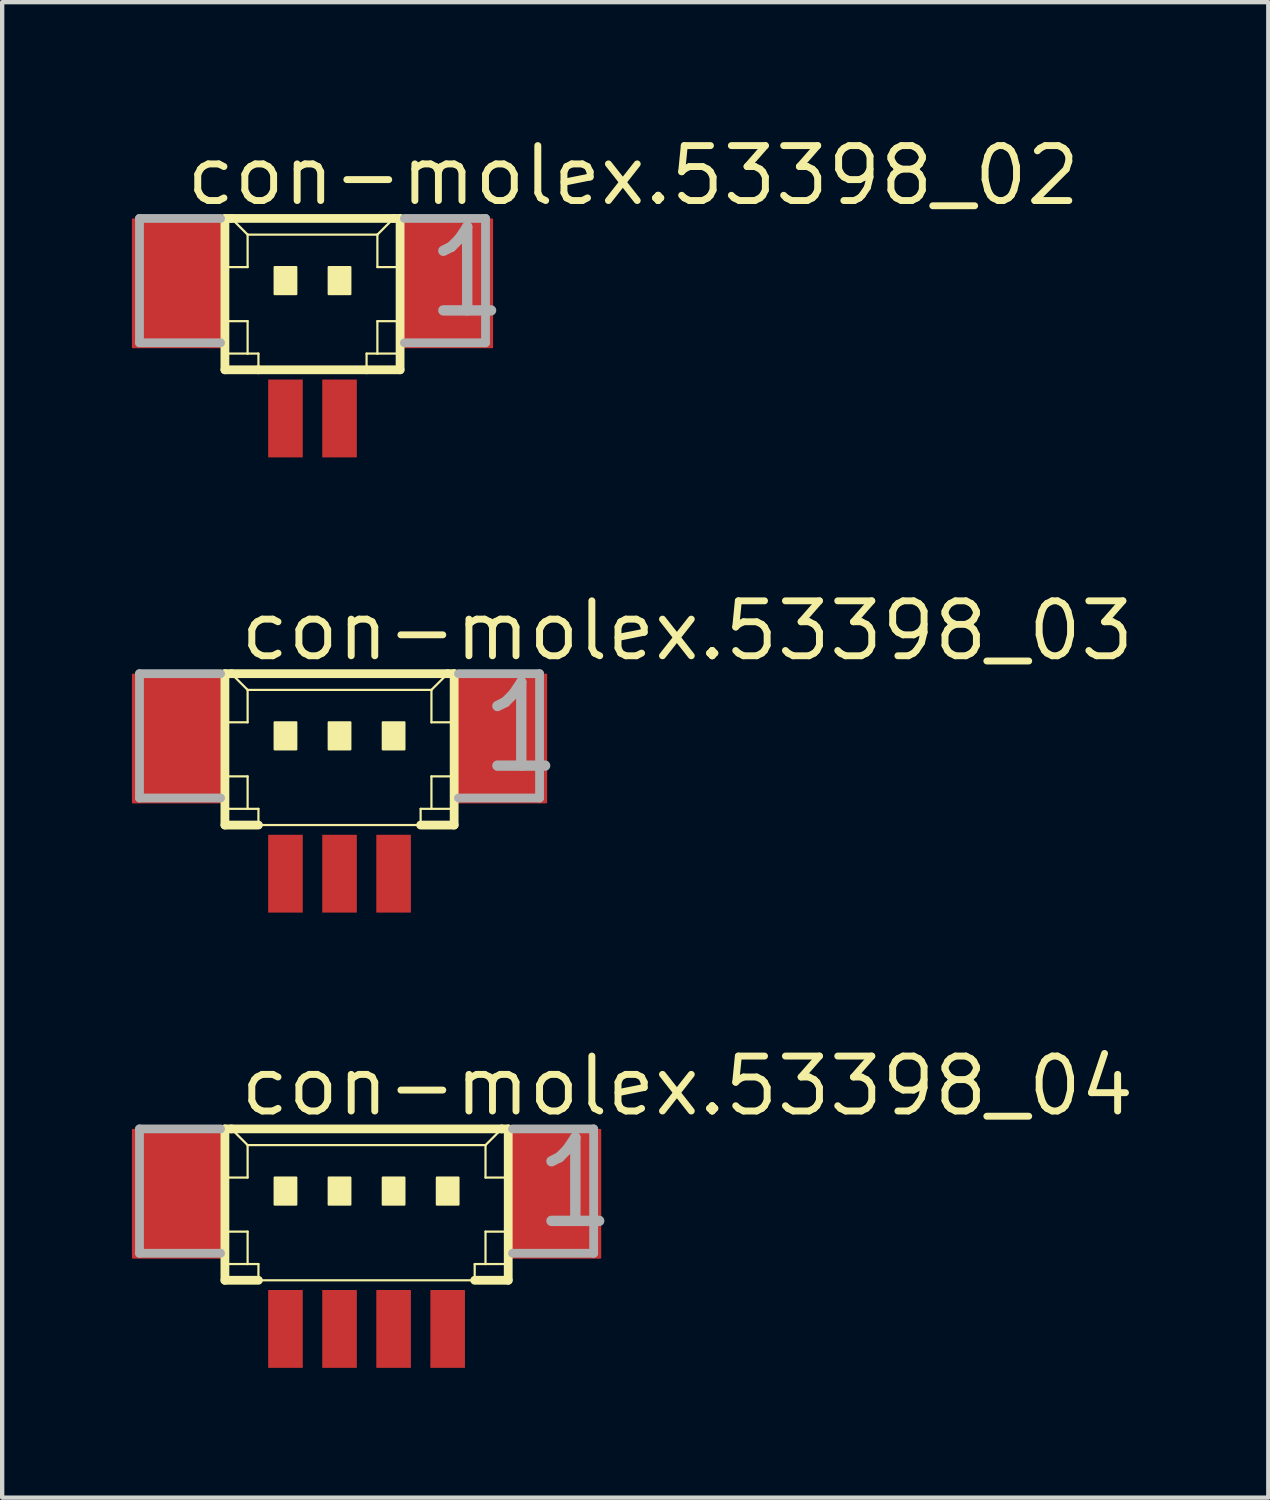
<source format=kicad_pcb>
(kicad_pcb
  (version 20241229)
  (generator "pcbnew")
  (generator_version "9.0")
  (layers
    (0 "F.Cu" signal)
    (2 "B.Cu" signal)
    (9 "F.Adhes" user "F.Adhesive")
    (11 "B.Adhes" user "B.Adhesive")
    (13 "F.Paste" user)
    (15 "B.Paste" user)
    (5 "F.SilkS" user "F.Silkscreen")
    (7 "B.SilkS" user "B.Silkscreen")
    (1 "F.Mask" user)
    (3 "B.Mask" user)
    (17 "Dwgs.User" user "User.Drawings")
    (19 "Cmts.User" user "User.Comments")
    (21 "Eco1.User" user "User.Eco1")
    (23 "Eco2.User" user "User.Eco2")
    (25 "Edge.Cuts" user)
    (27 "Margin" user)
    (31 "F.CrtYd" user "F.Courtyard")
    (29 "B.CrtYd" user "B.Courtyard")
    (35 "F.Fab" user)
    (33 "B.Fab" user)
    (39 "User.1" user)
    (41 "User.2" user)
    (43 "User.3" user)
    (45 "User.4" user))
  (footprint "con-molex.53398_03"
    (layer "F.Cu")
    (at 4.8 14.65)
    (property "Reference" "con-molex.53398_03" (at -2.375 -2.375 0) (layer "F.SilkS") (effects (font (size 1.27 1.27) (thickness 0.16)) (justify left bottom)))
    (attr smd)
    (fp_line (start -2.65 -2.125) (end -2.65 1.375) (stroke (width 0.203) (type default)) (layer "F.SilkS"))
    (fp_line (start -2.65 1.375) (end -1.875 1.375) (stroke (width 0.203) (type default)) (layer "F.SilkS"))
    (fp_line (start -2.625 -1) (end -2.125 -1) (stroke (width 0.051) (type default)) (layer "F.SilkS"))
    (fp_line (start -2.625 0.25) (end -2.125 0.25) (stroke (width 0.051) (type default)) (layer "F.SilkS"))
    (fp_line (start -2.625 1) (end -2.125 1) (stroke (width 0.051) (type default)) (layer "F.SilkS"))
    (fp_line (start -2.5 -2.125) (end -2.65 -2.125) (stroke (width 0.203) (type default)) (layer "F.SilkS"))
    (fp_line (start -2.125 -1.75) (end -2.5 -2.125) (stroke (width 0.051) (type default)) (layer "F.SilkS"))
    (fp_line (start -2.125 -1.75) (end 2.125 -1.75) (stroke (width 0.051) (type default)) (layer "F.SilkS"))
    (fp_line (start -2.125 -1) (end -2.125 -1.75) (stroke (width 0.051) (type default)) (layer "F.SilkS"))
    (fp_line (start -2.125 0.25) (end -2.125 1) (stroke (width 0.051) (type default)) (layer "F.SilkS"))
    (fp_line (start -2.125 1) (end -1.875 1) (stroke (width 0.051) (type default)) (layer "F.SilkS"))
    (fp_line (start -1.875 1) (end -1.875 1.375) (stroke (width 0.051) (type default)) (layer "F.SilkS"))
    (fp_line (start -1.875 1.375) (end 1.875 1.375) (stroke (width 0.051) (type default)) (layer "F.SilkS"))
    (fp_line (start 1.875 1) (end 1.875 1.375) (stroke (width 0.051) (type default)) (layer "F.SilkS"))
    (fp_line (start 1.875 1) (end 2.125 1) (stroke (width 0.051) (type default)) (layer "F.SilkS"))
    (fp_line (start 1.875 1.375) (end 2.65 1.375) (stroke (width 0.203) (type default)) (layer "F.SilkS"))
    (fp_line (start 2.125 -1.75) (end 2.125 -1) (stroke (width 0.051) (type default)) (layer "F.SilkS"))
    (fp_line (start 2.125 -1.75) (end 2.5 -2.125) (stroke (width 0.051) (type default)) (layer "F.SilkS"))
    (fp_line (start 2.125 -1) (end 2.625 -1) (stroke (width 0.051) (type default)) (layer "F.SilkS"))
    (fp_line (start 2.125 0.25) (end 2.125 1) (stroke (width 0.051) (type default)) (layer "F.SilkS"))
    (fp_line (start 2.125 0.25) (end 2.625 0.25) (stroke (width 0.051) (type default)) (layer "F.SilkS"))
    (fp_line (start 2.125 1) (end 2.625 1) (stroke (width 0.051) (type default)) (layer "F.SilkS"))
    (fp_line (start 2.5 -2.125) (end -2.5 -2.125) (stroke (width 0.203) (type default)) (layer "F.SilkS"))
    (fp_line (start 2.65 -2.125) (end 2.5 -2.125) (stroke (width 0.203) (type default)) (layer "F.SilkS"))
    (fp_line (start 2.65 1.375) (end 2.65 -2.125) (stroke (width 0.203) (type default)) (layer "F.SilkS"))
    (fp_rect (start -1.5 -0.375) (end -1 -1) (stroke (width 0.05) (type default)) (fill yes) (layer "F.SilkS"))
    (fp_rect (start -0.25 -0.375) (end 0.25 -1) (stroke (width 0.05) (type default)) (fill yes) (layer "F.SilkS"))
    (fp_rect (start 1 -0.375) (end 1.5 -1) (stroke (width 0.05) (type default)) (fill yes) (layer "F.SilkS"))
    (fp_line (start -4.625 -2.125) (end -4.625 0.75) (stroke (width 0.203) (type default)) (layer "F.Fab"))
    (fp_line (start -4.625 0.75) (end -2.75 0.75) (stroke (width 0.203) (type default)) (layer "F.Fab"))
    (fp_line (start -2.75 -2.125) (end -4.625 -2.125) (stroke (width 0.203) (type default)) (layer "F.Fab"))
    (fp_line (start 2.75 0.75) (end 4.625 0.75) (stroke (width 0.203) (type default)) (layer "F.Fab"))
    (fp_line (start 4.625 -2.125) (end 2.75 -2.125) (stroke (width 0.203) (type default)) (layer "F.Fab"))
    (fp_line (start 4.625 0.75) (end 4.625 -2.125) (stroke (width 0.203) (type default)) (layer "F.Fab"))
    (fp_text user "1" (at 3.125 0.25 0) (layer "F.Fab") (effects (font (size 1.93 1.93) (thickness 0.24)) (justify left bottom)))
    (pad "1" smd roundrect (at 1.25 2.5) (size 0.8 1.8) (layers "F.Cu" "F.Mask" "F.Paste") (roundrect_rratio 0.01))
    (pad "2" smd roundrect (at 0 2.5) (size 0.8 1.8) (layers "F.Cu" "F.Mask" "F.Paste") (roundrect_rratio 0.01))
    (pad "3" smd roundrect (at -1.25 2.5) (size 0.8 1.8) (layers "F.Cu" "F.Mask" "F.Paste") (roundrect_rratio 0.01))
    (pad "S1" smd roundrect (at 3.75 -0.625) (size 2.1 3) (layers "F.Cu" "F.Mask" "F.Paste") (roundrect_rratio 0.01))
    (pad "S2" smd roundrect (at -3.75 -0.625) (size 2.1 3) (layers "F.Cu" "F.Mask" "F.Paste") (roundrect_rratio 0.01)))
  (footprint "con-molex.53398_04"
    (layer "F.Cu")
    (at 5.425 25.175)
    (property "Reference" "con-molex.53398_04" (at -3 -2.375 0) (layer "F.SilkS") (effects (font (size 1.27 1.27) (thickness 0.16)) (justify left bottom)))
    (attr smd)
    (fp_line (start -3.275 -2.125) (end -3.275 1.375) (stroke (width 0.203) (type default)) (layer "F.SilkS"))
    (fp_line (start -3.275 1.375) (end -2.5 1.375) (stroke (width 0.203) (type default)) (layer "F.SilkS"))
    (fp_line (start -3.25 -1) (end -2.75 -1) (stroke (width 0.051) (type default)) (layer "F.SilkS"))
    (fp_line (start -3.25 0.25) (end -2.75 0.25) (stroke (width 0.051) (type default)) (layer "F.SilkS"))
    (fp_line (start -3.25 1) (end -2.75 1) (stroke (width 0.051) (type default)) (layer "F.SilkS"))
    (fp_line (start -3.125 -2.125) (end -3.275 -2.125) (stroke (width 0.203) (type default)) (layer "F.SilkS"))
    (fp_line (start -2.75 -1.75) (end -3.125 -2.125) (stroke (width 0.051) (type default)) (layer "F.SilkS"))
    (fp_line (start -2.75 -1.75) (end 2.75 -1.75) (stroke (width 0.051) (type default)) (layer "F.SilkS"))
    (fp_line (start -2.75 -1) (end -2.75 -1.75) (stroke (width 0.051) (type default)) (layer "F.SilkS"))
    (fp_line (start -2.75 0.25) (end -2.75 1) (stroke (width 0.051) (type default)) (layer "F.SilkS"))
    (fp_line (start -2.75 1) (end -2.5 1) (stroke (width 0.051) (type default)) (layer "F.SilkS"))
    (fp_line (start -2.5 1) (end -2.5 1.375) (stroke (width 0.051) (type default)) (layer "F.SilkS"))
    (fp_line (start -2.5 1.375) (end 2.5 1.375) (stroke (width 0.051) (type default)) (layer "F.SilkS"))
    (fp_line (start 2.5 1) (end 2.5 1.375) (stroke (width 0.051) (type default)) (layer "F.SilkS"))
    (fp_line (start 2.5 1) (end 2.75 1) (stroke (width 0.051) (type default)) (layer "F.SilkS"))
    (fp_line (start 2.5 1.375) (end 3.275 1.375) (stroke (width 0.203) (type default)) (layer "F.SilkS"))
    (fp_line (start 2.75 -1.75) (end 2.75 -1) (stroke (width 0.051) (type default)) (layer "F.SilkS"))
    (fp_line (start 2.75 -1.75) (end 3.125 -2.125) (stroke (width 0.051) (type default)) (layer "F.SilkS"))
    (fp_line (start 2.75 -1) (end 3.25 -1) (stroke (width 0.051) (type default)) (layer "F.SilkS"))
    (fp_line (start 2.75 0.25) (end 2.75 1) (stroke (width 0.051) (type default)) (layer "F.SilkS"))
    (fp_line (start 2.75 0.25) (end 3.25 0.25) (stroke (width 0.051) (type default)) (layer "F.SilkS"))
    (fp_line (start 2.75 1) (end 3.25 1) (stroke (width 0.051) (type default)) (layer "F.SilkS"))
    (fp_line (start 3.125 -2.125) (end -3.125 -2.125) (stroke (width 0.203) (type default)) (layer "F.SilkS"))
    (fp_line (start 3.275 -2.125) (end 3.125 -2.125) (stroke (width 0.203) (type default)) (layer "F.SilkS"))
    (fp_line (start 3.275 1.375) (end 3.275 -2.125) (stroke (width 0.203) (type default)) (layer "F.SilkS"))
    (fp_rect (start -2.125 -0.375) (end -1.625 -1) (stroke (width 0.05) (type default)) (fill yes) (layer "F.SilkS"))
    (fp_rect (start -0.875 -0.375) (end -0.375 -1) (stroke (width 0.05) (type default)) (fill yes) (layer "F.SilkS"))
    (fp_rect (start 0.375 -0.375) (end 0.875 -1) (stroke (width 0.05) (type default)) (fill yes) (layer "F.SilkS"))
    (fp_rect (start 1.625 -0.375) (end 2.125 -1) (stroke (width 0.05) (type default)) (fill yes) (layer "F.SilkS"))
    (fp_line (start -5.25 -2.125) (end -5.25 0.75) (stroke (width 0.203) (type default)) (layer "F.Fab"))
    (fp_line (start -5.25 0.75) (end -3.375 0.75) (stroke (width 0.203) (type default)) (layer "F.Fab"))
    (fp_line (start -3.375 -2.125) (end -5.25 -2.125) (stroke (width 0.203) (type default)) (layer "F.Fab"))
    (fp_line (start 3.375 0.75) (end 5.25 0.75) (stroke (width 0.203) (type default)) (layer "F.Fab"))
    (fp_line (start 5.25 -2.125) (end 3.375 -2.125) (stroke (width 0.203) (type default)) (layer "F.Fab"))
    (fp_line (start 5.25 0.75) (end 5.25 -2.125) (stroke (width 0.203) (type default)) (layer "F.Fab"))
    (fp_text user "1" (at 3.75 0.25 0) (layer "F.Fab") (effects (font (size 1.93 1.93) (thickness 0.24)) (justify left bottom)))
    (pad "1" smd roundrect (at 1.875 2.5) (size 0.8 1.8) (layers "F.Cu" "F.Mask" "F.Paste") (roundrect_rratio 0.01))
    (pad "2" smd roundrect (at 0.625 2.5) (size 0.8 1.8) (layers "F.Cu" "F.Mask" "F.Paste") (roundrect_rratio 0.01))
    (pad "3" smd roundrect (at -0.625 2.5) (size 0.8 1.8) (layers "F.Cu" "F.Mask" "F.Paste") (roundrect_rratio 0.01))
    (pad "4" smd roundrect (at -1.875 2.5) (size 0.8 1.8) (layers "F.Cu" "F.Mask" "F.Paste") (roundrect_rratio 0.01))
    (pad "S1" smd roundrect (at 4.375 -0.625) (size 2.1 3) (layers "F.Cu" "F.Mask" "F.Paste") (roundrect_rratio 0.01))
    (pad "S2" smd roundrect (at -4.375 -0.625) (size 2.1 3) (layers "F.Cu" "F.Mask" "F.Paste") (roundrect_rratio 0.01)))
  (footprint "con-molex.53398_02"
    (layer "F.Cu")
    (at 4.175 4.125)
    (property "Reference" "con-molex.53398_02" (at -3 -2.375 0) (layer "F.SilkS") (effects (font (size 1.27 1.27) (thickness 0.16)) (justify left bottom)))
    (attr smd)
    (fp_line (start -2.025 -2.125) (end -2.025 1.375) (stroke (width 0.203) (type default)) (layer "F.SilkS"))
    (fp_line (start -2.025 1.375) (end -1.25 1.375) (stroke (width 0.203) (type default)) (layer "F.SilkS"))
    (fp_line (start -2 -1) (end -1.5 -1) (stroke (width 0.051) (type default)) (layer "F.SilkS"))
    (fp_line (start -2 0.25) (end -1.5 0.25) (stroke (width 0.051) (type default)) (layer "F.SilkS"))
    (fp_line (start -2 1) (end -1.5 1) (stroke (width 0.051) (type default)) (layer "F.SilkS"))
    (fp_line (start -1.875 -2.125) (end -2.025 -2.125) (stroke (width 0.203) (type default)) (layer "F.SilkS"))
    (fp_line (start -1.5 -1.75) (end -1.875 -2.125) (stroke (width 0.051) (type default)) (layer "F.SilkS"))
    (fp_line (start -1.5 -1.75) (end 1.5 -1.75) (stroke (width 0.051) (type default)) (layer "F.SilkS"))
    (fp_line (start -1.5 -1) (end -1.5 -1.75) (stroke (width 0.051) (type default)) (layer "F.SilkS"))
    (fp_line (start -1.5 0.25) (end -1.5 1) (stroke (width 0.051) (type default)) (layer "F.SilkS"))
    (fp_line (start -1.5 1) (end -1.25 1) (stroke (width 0.051) (type default)) (layer "F.SilkS"))
    (fp_line (start -1.25 1) (end -1.25 1.375) (stroke (width 0.051) (type default)) (layer "F.SilkS"))
    (fp_line (start -1.25 1.375) (end 1.25 1.375) (stroke (width 0.203) (type default)) (layer "F.SilkS"))
    (fp_line (start 1.25 1) (end 1.25 1.375) (stroke (width 0.051) (type default)) (layer "F.SilkS"))
    (fp_line (start 1.25 1) (end 1.5 1) (stroke (width 0.051) (type default)) (layer "F.SilkS"))
    (fp_line (start 1.25 1.375) (end 2.025 1.375) (stroke (width 0.203) (type default)) (layer "F.SilkS"))
    (fp_line (start 1.5 -1.75) (end 1.5 -1) (stroke (width 0.051) (type default)) (layer "F.SilkS"))
    (fp_line (start 1.5 -1.75) (end 1.875 -2.125) (stroke (width 0.051) (type default)) (layer "F.SilkS"))
    (fp_line (start 1.5 -1) (end 2 -1) (stroke (width 0.051) (type default)) (layer "F.SilkS"))
    (fp_line (start 1.5 0.25) (end 1.5 1) (stroke (width 0.051) (type default)) (layer "F.SilkS"))
    (fp_line (start 1.5 0.25) (end 2 0.25) (stroke (width 0.051) (type default)) (layer "F.SilkS"))
    (fp_line (start 1.5 1) (end 2 1) (stroke (width 0.051) (type default)) (layer "F.SilkS"))
    (fp_line (start 1.875 -2.125) (end -1.875 -2.125) (stroke (width 0.203) (type default)) (layer "F.SilkS"))
    (fp_line (start 2.025 -2.125) (end 1.875 -2.125) (stroke (width 0.203) (type default)) (layer "F.SilkS"))
    (fp_line (start 2.025 1.375) (end 2.025 -2.125) (stroke (width 0.203) (type default)) (layer "F.SilkS"))
    (fp_rect (start -0.875 -0.375) (end -0.375 -1) (stroke (width 0.05) (type default)) (fill yes) (layer "F.SilkS"))
    (fp_rect (start 0.375 -0.375) (end 0.875 -1) (stroke (width 0.05) (type default)) (fill yes) (layer "F.SilkS"))
    (fp_line (start -4 -2.125) (end -4 0.75) (stroke (width 0.203) (type default)) (layer "F.Fab"))
    (fp_line (start -4 0.75) (end -2.125 0.75) (stroke (width 0.203) (type default)) (layer "F.Fab"))
    (fp_line (start -2.125 -2.125) (end -4 -2.125) (stroke (width 0.203) (type default)) (layer "F.Fab"))
    (fp_line (start 2.125 0.75) (end 4 0.75) (stroke (width 0.203) (type default)) (layer "F.Fab"))
    (fp_line (start 4 -2.125) (end 2.125 -2.125) (stroke (width 0.203) (type default)) (layer "F.Fab"))
    (fp_line (start 4 0.75) (end 4 -2.125) (stroke (width 0.203) (type default)) (layer "F.Fab"))
    (fp_text user "1" (at 2.5 0.25 0) (layer "F.Fab") (effects (font (size 1.93 1.93) (thickness 0.24)) (justify left bottom)))
    (pad "1" smd roundrect (at 0.625 2.5) (size 0.8 1.8) (layers "F.Cu" "F.Mask" "F.Paste") (roundrect_rratio 0.01))
    (pad "2" smd roundrect (at -0.625 2.5) (size 0.8 1.8) (layers "F.Cu" "F.Mask" "F.Paste") (roundrect_rratio 0.01))
    (pad "S1" smd roundrect (at 3.125 -0.625) (size 2.1 3) (layers "F.Cu" "F.Mask" "F.Paste") (roundrect_rratio 0.01))
    (pad "S2" smd roundrect (at -3.125 -0.625) (size 2.1 3) (layers "F.Cu" "F.Mask" "F.Paste") (roundrect_rratio 0.01)))
  (gr_rect
    (start -3 -3)
    (end 26.273 31.575)
    (stroke (width 0.1) (type default))
    (fill no)
    (layer "Edge.Cuts")))
</source>
